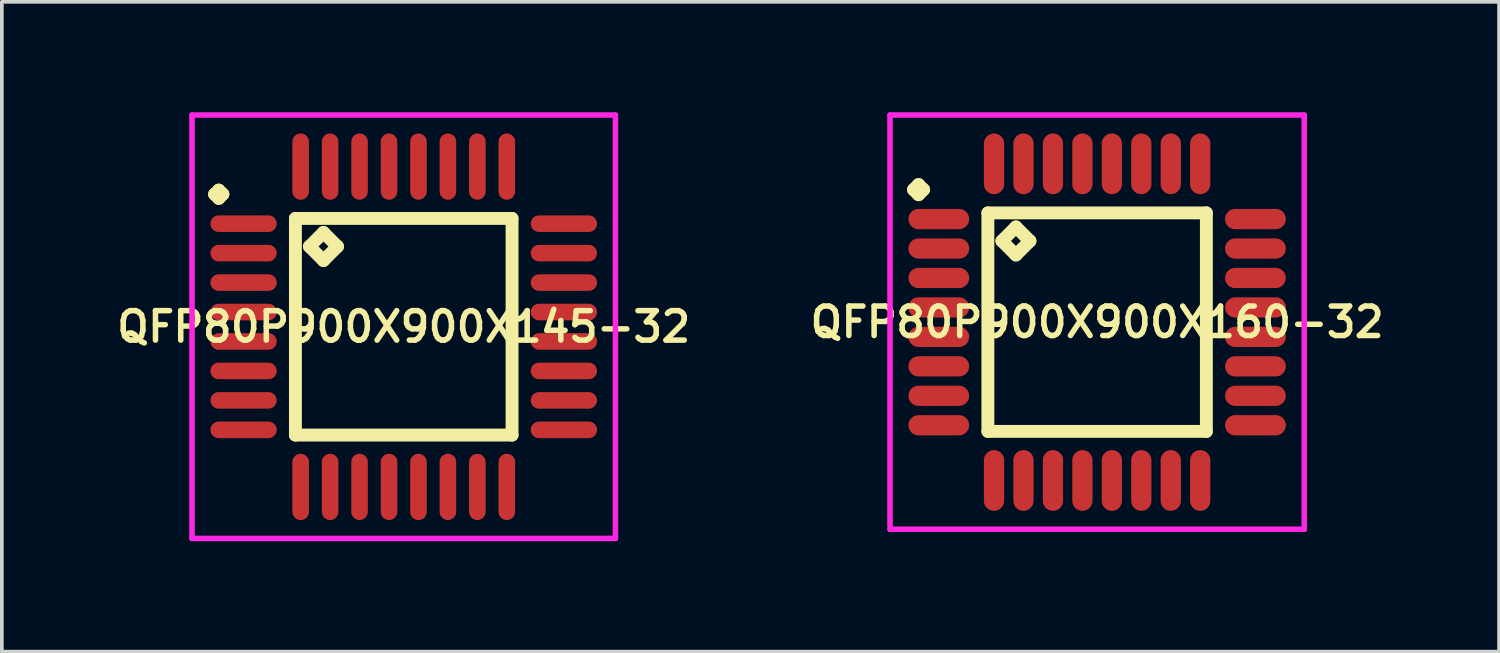
<source format=kicad_pcb>
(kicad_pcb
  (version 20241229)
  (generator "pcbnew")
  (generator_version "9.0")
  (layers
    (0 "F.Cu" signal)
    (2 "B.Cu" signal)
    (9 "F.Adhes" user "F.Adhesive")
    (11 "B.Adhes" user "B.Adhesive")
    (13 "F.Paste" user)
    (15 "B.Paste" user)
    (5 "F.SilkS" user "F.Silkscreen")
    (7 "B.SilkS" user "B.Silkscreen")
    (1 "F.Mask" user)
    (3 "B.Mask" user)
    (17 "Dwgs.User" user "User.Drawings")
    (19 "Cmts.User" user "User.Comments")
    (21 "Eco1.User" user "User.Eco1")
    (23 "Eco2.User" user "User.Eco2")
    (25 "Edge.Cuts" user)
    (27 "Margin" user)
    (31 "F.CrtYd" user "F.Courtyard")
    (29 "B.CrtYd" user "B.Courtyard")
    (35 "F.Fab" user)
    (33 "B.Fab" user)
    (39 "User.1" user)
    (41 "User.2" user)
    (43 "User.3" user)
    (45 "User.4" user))
  (footprint "QFP80P900X900X160-32"
    (layer "F.Cu")
    (at 26.749 5.7)
    (property "Reference" "QFP80P900X900X160-32" (at 0 0 0) (layer "F.SilkS") (effects (font (size 0.8 0.8) (thickness 0.15))))
    (attr smd)
    (fp_line (start -4.987 -3.6) (end -4.85 -3.737) (stroke (width 0.35) (type solid)) (layer "F.SilkS"))
    (fp_line (start -4.85 -3.737) (end -4.713 -3.6) (stroke (width 0.35) (type solid)) (layer "F.SilkS"))
    (fp_line (start -4.85 -3.462) (end -4.987 -3.6) (stroke (width 0.35) (type solid)) (layer "F.SilkS"))
    (fp_line (start -4.713 -3.6) (end -4.85 -3.462) (stroke (width 0.35) (type solid)) (layer "F.SilkS"))
    (fp_line (start -2.967 -2.967) (end -2.967 2.967) (stroke (width 0.35) (type solid)) (layer "F.SilkS"))
    (fp_line (start -2.967 2.967) (end 2.967 2.967) (stroke (width 0.35) (type solid)) (layer "F.SilkS"))
    (fp_line (start -2.586 -2.205) (end -2.205 -2.586) (stroke (width 0.35) (type solid)) (layer "F.SilkS"))
    (fp_line (start -2.205 -2.586) (end -1.824 -2.205) (stroke (width 0.35) (type solid)) (layer "F.SilkS"))
    (fp_line (start -2.205 -1.824) (end -2.586 -2.205) (stroke (width 0.35) (type solid)) (layer "F.SilkS"))
    (fp_line (start -1.824 -2.205) (end -2.205 -1.824) (stroke (width 0.35) (type solid)) (layer "F.SilkS"))
    (fp_line (start 2.967 -2.967) (end -2.967 -2.967) (stroke (width 0.35) (type solid)) (layer "F.SilkS"))
    (fp_line (start 2.967 2.967) (end 2.967 -2.967) (stroke (width 0.35) (type solid)) (layer "F.SilkS"))
    (fp_line (start -5.625 -5.625) (end 5.625 -5.625) (stroke (width 0.15) (type solid)) (layer "F.CrtYd"))
    (fp_line (start -5.625 5.625) (end -5.625 -5.625) (stroke (width 0.15) (type solid)) (layer "F.CrtYd"))
    (fp_line (start 5.625 -5.625) (end 5.625 5.625) (stroke (width 0.15) (type solid)) (layer "F.CrtYd"))
    (fp_line (start 5.625 5.625) (end -5.625 5.625) (stroke (width 0.15) (type solid)) (layer "F.CrtYd"))
    (pad "1" smd oval (at -4.3 -2.8) (size 1.65 0.55) (layers "F.Cu" "F.Mask" "F.Paste"))
    (pad "2" smd oval (at -4.3 -2) (size 1.65 0.55) (layers "F.Cu" "F.Mask" "F.Paste"))
    (pad "3" smd oval (at -4.3 -1.2) (size 1.65 0.55) (layers "F.Cu" "F.Mask" "F.Paste"))
    (pad "4" smd oval (at -4.3 -0.4) (size 1.65 0.55) (layers "F.Cu" "F.Mask" "F.Paste"))
    (pad "5" smd oval (at -4.3 0.4) (size 1.65 0.55) (layers "F.Cu" "F.Mask" "F.Paste"))
    (pad "6" smd oval (at -4.3 1.2) (size 1.65 0.55) (layers "F.Cu" "F.Mask" "F.Paste"))
    (pad "7" smd oval (at -4.3 2) (size 1.65 0.55) (layers "F.Cu" "F.Mask" "F.Paste"))
    (pad "8" smd oval (at -4.3 2.8) (size 1.65 0.55) (layers "F.Cu" "F.Mask" "F.Paste"))
    (pad "9" smd oval (at -2.8 4.3) (size 0.55 1.65) (layers "F.Cu" "F.Mask" "F.Paste"))
    (pad "10" smd oval (at -2 4.3) (size 0.55 1.65) (layers "F.Cu" "F.Mask" "F.Paste"))
    (pad "11" smd oval (at -1.2 4.3) (size 0.55 1.65) (layers "F.Cu" "F.Mask" "F.Paste"))
    (pad "12" smd oval (at -0.4 4.3) (size 0.55 1.65) (layers "F.Cu" "F.Mask" "F.Paste"))
    (pad "13" smd oval (at 0.4 4.3) (size 0.55 1.65) (layers "F.Cu" "F.Mask" "F.Paste"))
    (pad "14" smd oval (at 1.2 4.3) (size 0.55 1.65) (layers "F.Cu" "F.Mask" "F.Paste"))
    (pad "15" smd oval (at 2 4.3) (size 0.55 1.65) (layers "F.Cu" "F.Mask" "F.Paste"))
    (pad "16" smd oval (at 2.8 4.3) (size 0.55 1.65) (layers "F.Cu" "F.Mask" "F.Paste"))
    (pad "17" smd oval (at 4.3 2.8) (size 1.65 0.55) (layers "F.Cu" "F.Mask" "F.Paste"))
    (pad "18" smd oval (at 4.3 2) (size 1.65 0.55) (layers "F.Cu" "F.Mask" "F.Paste"))
    (pad "19" smd oval (at 4.3 1.2) (size 1.65 0.55) (layers "F.Cu" "F.Mask" "F.Paste"))
    (pad "20" smd oval (at 4.3 0.4) (size 1.65 0.55) (layers "F.Cu" "F.Mask" "F.Paste"))
    (pad "21" smd oval (at 4.3 -0.4) (size 1.65 0.55) (layers "F.Cu" "F.Mask" "F.Paste"))
    (pad "22" smd oval (at 4.3 -1.2) (size 1.65 0.55) (layers "F.Cu" "F.Mask" "F.Paste"))
    (pad "23" smd oval (at 4.3 -2) (size 1.65 0.55) (layers "F.Cu" "F.Mask" "F.Paste"))
    (pad "24" smd oval (at 4.3 -2.8) (size 1.65 0.55) (layers "F.Cu" "F.Mask" "F.Paste"))
    (pad "25" smd oval (at 2.8 -4.3) (size 0.55 1.65) (layers "F.Cu" "F.Mask" "F.Paste"))
    (pad "26" smd oval (at 2 -4.3) (size 0.55 1.65) (layers "F.Cu" "F.Mask" "F.Paste"))
    (pad "27" smd oval (at 1.2 -4.3) (size 0.55 1.65) (layers "F.Cu" "F.Mask" "F.Paste"))
    (pad "28" smd oval (at 0.4 -4.3) (size 0.55 1.65) (layers "F.Cu" "F.Mask" "F.Paste"))
    (pad "29" smd oval (at -0.4 -4.3) (size 0.55 1.65) (layers "F.Cu" "F.Mask" "F.Paste"))
    (pad "30" smd oval (at -1.2 -4.3) (size 0.55 1.65) (layers "F.Cu" "F.Mask" "F.Paste"))
    (pad "31" smd oval (at -2 -4.3) (size 0.55 1.65) (layers "F.Cu" "F.Mask" "F.Paste"))
    (pad "32" smd oval (at -2.8 -4.3) (size 0.55 1.65) (layers "F.Cu" "F.Mask" "F.Paste")))
  (footprint "QFP80P900X900X145-32"
    (layer "F.Cu")
    (at 7.916 5.825)
    (property "Reference" "QFP80P900X900X145-32" (at 0 0 0) (layer "F.SilkS") (effects (font (size 0.8 0.8) (thickness 0.15))))
    (attr smd)
    (fp_line (start -5.138 -3.6) (end -5.025 -3.712) (stroke (width 0.35) (type solid)) (layer "F.SilkS"))
    (fp_line (start -5.025 -3.712) (end -4.912 -3.6) (stroke (width 0.35) (type solid)) (layer "F.SilkS"))
    (fp_line (start -5.025 -3.487) (end -5.138 -3.6) (stroke (width 0.35) (type solid)) (layer "F.SilkS"))
    (fp_line (start -4.912 -3.6) (end -5.025 -3.487) (stroke (width 0.35) (type solid)) (layer "F.SilkS"))
    (fp_line (start -2.942 -2.942) (end -2.942 2.942) (stroke (width 0.35) (type solid)) (layer "F.SilkS"))
    (fp_line (start -2.942 2.942) (end 2.942 2.942) (stroke (width 0.35) (type solid)) (layer "F.SilkS"))
    (fp_line (start -2.561 -2.18) (end -2.18 -2.561) (stroke (width 0.35) (type solid)) (layer "F.SilkS"))
    (fp_line (start -2.18 -2.561) (end -1.799 -2.18) (stroke (width 0.35) (type solid)) (layer "F.SilkS"))
    (fp_line (start -2.18 -1.799) (end -2.561 -2.18) (stroke (width 0.35) (type solid)) (layer "F.SilkS"))
    (fp_line (start -1.799 -2.18) (end -2.18 -1.799) (stroke (width 0.35) (type solid)) (layer "F.SilkS"))
    (fp_line (start 2.942 -2.942) (end -2.942 -2.942) (stroke (width 0.35) (type solid)) (layer "F.SilkS"))
    (fp_line (start 2.942 2.942) (end 2.942 -2.942) (stroke (width 0.35) (type solid)) (layer "F.SilkS"))
    (fp_line (start -5.75 -5.75) (end 5.75 -5.75) (stroke (width 0.15) (type solid)) (layer "F.CrtYd"))
    (fp_line (start -5.75 5.75) (end -5.75 -5.75) (stroke (width 0.15) (type solid)) (layer "F.CrtYd"))
    (fp_line (start 5.75 -5.75) (end 5.75 5.75) (stroke (width 0.15) (type solid)) (layer "F.CrtYd"))
    (fp_line (start 5.75 5.75) (end -5.75 5.75) (stroke (width 0.15) (type solid)) (layer "F.CrtYd"))
    (pad "1" smd oval (at -4.35 -2.8) (size 1.8 0.45) (layers "F.Cu" "F.Mask" "F.Paste"))
    (pad "2" smd oval (at -4.35 -2) (size 1.8 0.45) (layers "F.Cu" "F.Mask" "F.Paste"))
    (pad "3" smd oval (at -4.35 -1.2) (size 1.8 0.45) (layers "F.Cu" "F.Mask" "F.Paste"))
    (pad "4" smd oval (at -4.35 -0.4) (size 1.8 0.45) (layers "F.Cu" "F.Mask" "F.Paste"))
    (pad "5" smd oval (at -4.35 0.4) (size 1.8 0.45) (layers "F.Cu" "F.Mask" "F.Paste"))
    (pad "6" smd oval (at -4.35 1.2) (size 1.8 0.45) (layers "F.Cu" "F.Mask" "F.Paste"))
    (pad "7" smd oval (at -4.35 2) (size 1.8 0.45) (layers "F.Cu" "F.Mask" "F.Paste"))
    (pad "8" smd oval (at -4.35 2.8) (size 1.8 0.45) (layers "F.Cu" "F.Mask" "F.Paste"))
    (pad "9" smd oval (at -2.8 4.35) (size 0.45 1.8) (layers "F.Cu" "F.Mask" "F.Paste"))
    (pad "10" smd oval (at -2 4.35) (size 0.45 1.8) (layers "F.Cu" "F.Mask" "F.Paste"))
    (pad "11" smd oval (at -1.2 4.35) (size 0.45 1.8) (layers "F.Cu" "F.Mask" "F.Paste"))
    (pad "12" smd oval (at -0.4 4.35) (size 0.45 1.8) (layers "F.Cu" "F.Mask" "F.Paste"))
    (pad "13" smd oval (at 0.4 4.35) (size 0.45 1.8) (layers "F.Cu" "F.Mask" "F.Paste"))
    (pad "14" smd oval (at 1.2 4.35) (size 0.45 1.8) (layers "F.Cu" "F.Mask" "F.Paste"))
    (pad "15" smd oval (at 2 4.35) (size 0.45 1.8) (layers "F.Cu" "F.Mask" "F.Paste"))
    (pad "16" smd oval (at 2.8 4.35) (size 0.45 1.8) (layers "F.Cu" "F.Mask" "F.Paste"))
    (pad "17" smd oval (at 4.35 2.8) (size 1.8 0.45) (layers "F.Cu" "F.Mask" "F.Paste"))
    (pad "18" smd oval (at 4.35 2) (size 1.8 0.45) (layers "F.Cu" "F.Mask" "F.Paste"))
    (pad "19" smd oval (at 4.35 1.2) (size 1.8 0.45) (layers "F.Cu" "F.Mask" "F.Paste"))
    (pad "20" smd oval (at 4.35 0.4) (size 1.8 0.45) (layers "F.Cu" "F.Mask" "F.Paste"))
    (pad "21" smd oval (at 4.35 -0.4) (size 1.8 0.45) (layers "F.Cu" "F.Mask" "F.Paste"))
    (pad "22" smd oval (at 4.35 -1.2) (size 1.8 0.45) (layers "F.Cu" "F.Mask" "F.Paste"))
    (pad "23" smd oval (at 4.35 -2) (size 1.8 0.45) (layers "F.Cu" "F.Mask" "F.Paste"))
    (pad "24" smd oval (at 4.35 -2.8) (size 1.8 0.45) (layers "F.Cu" "F.Mask" "F.Paste"))
    (pad "25" smd oval (at 2.8 -4.35) (size 0.45 1.8) (layers "F.Cu" "F.Mask" "F.Paste"))
    (pad "26" smd oval (at 2 -4.35) (size 0.45 1.8) (layers "F.Cu" "F.Mask" "F.Paste"))
    (pad "27" smd oval (at 1.2 -4.35) (size 0.45 1.8) (layers "F.Cu" "F.Mask" "F.Paste"))
    (pad "28" smd oval (at 0.4 -4.35) (size 0.45 1.8) (layers "F.Cu" "F.Mask" "F.Paste"))
    (pad "29" smd oval (at -0.4 -4.35) (size 0.45 1.8) (layers "F.Cu" "F.Mask" "F.Paste"))
    (pad "30" smd oval (at -1.2 -4.35) (size 0.45 1.8) (layers "F.Cu" "F.Mask" "F.Paste"))
    (pad "31" smd oval (at -2 -4.35) (size 0.45 1.8) (layers "F.Cu" "F.Mask" "F.Paste"))
    (pad "32" smd oval (at -2.8 -4.35) (size 0.45 1.8) (layers "F.Cu" "F.Mask" "F.Paste")))
  (gr_rect
    (start -3 -3)
    (end 37.666 14.65)
    (stroke (width 0.1) (type default))
    (fill no)
    (layer "Edge.Cuts")))
</source>
